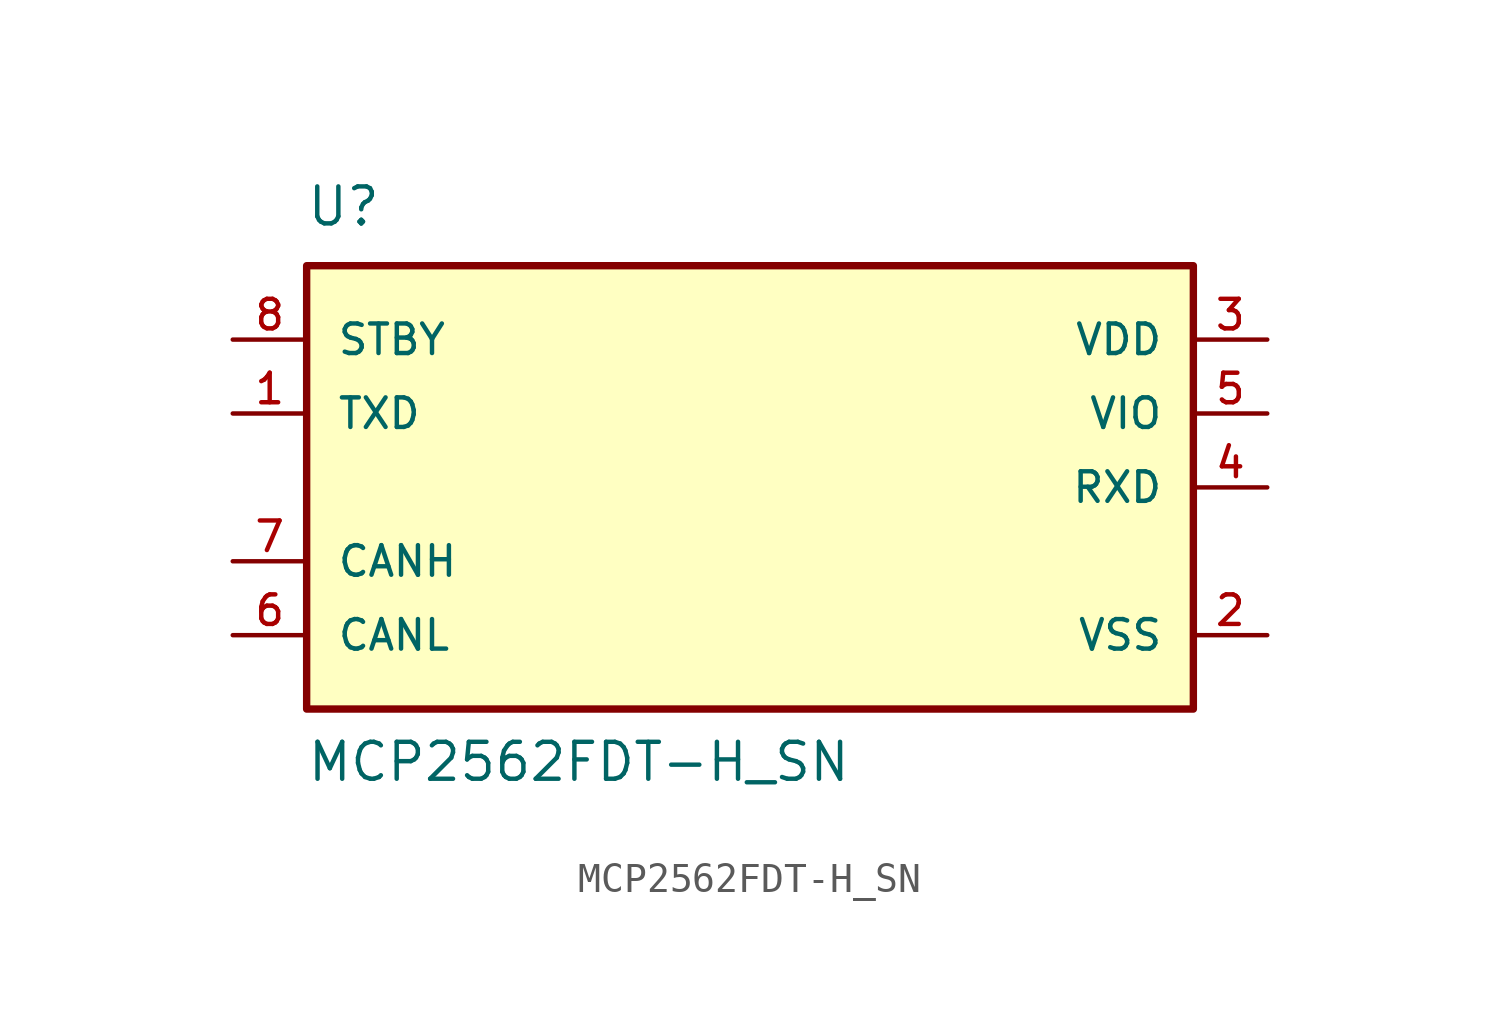
<source format=kicad_sym>
(kicad_symbol_lib
  (version 20211014)
  (generator kicad_symbol_editor)
  (symbol "MCP2562FDT-H_SN"
    (pin_names
      (offset 1.016))
    (property "Reference" "U"
      (at -15.278 8.912 0)
      (effects (font (size 1.27 1.27)) (justify bottom left)))
    (property "Value" "MCP2562FDT-H_SN"
      (at -15.268 -10.179 0)
      (effects (font (size 1.27 1.27)) (justify bottom left)))
    (symbol "MCP2562FDT-H_SN_0_0"
      (rectangle (start -15.24 -7.62) (end 15.24 7.62) (stroke (width 0.254)) (fill (type background)))
      (pin output line (at 17.78 0.0 180.0) (length 2.54) (name "RXD" (effects (font (size 1.016 1.016)))) (number "4" (effects (font (size 1.016 1.016)))))
      (pin input line (at -17.78 -5.08 0) (length 2.54) (name "CANL" (effects (font (size 1.016 1.016)))) (number "6" (effects (font (size 1.016 1.016)))))
      (pin input line (at -17.78 -2.54 0) (length 2.54) (name "CANH" (effects (font (size 1.016 1.016)))) (number "7" (effects (font (size 1.016 1.016)))))
      (pin power_in line (at 17.78 -5.08 180.0) (length 2.54) (name "VSS" (effects (font (size 1.016 1.016)))) (number "2" (effects (font (size 1.016 1.016)))))
      (pin input line (at -17.78 5.08 0) (length 2.54) (name "STBY" (effects (font (size 1.016 1.016)))) (number "8" (effects (font (size 1.016 1.016)))))
      (pin input line (at -17.78 2.54 0) (length 2.54) (name "TXD" (effects (font (size 1.016 1.016)))) (number "1" (effects (font (size 1.016 1.016)))))
      (pin power_in line (at 17.78 2.54 180.0) (length 2.54) (name "VIO" (effects (font (size 1.016 1.016)))) (number "5" (effects (font (size 1.016 1.016)))))
      (pin power_in line (at 17.78 5.08 180.0) (length 2.54) (name "VDD" (effects (font (size 1.016 1.016)))) (number "3" (effects (font (size 1.016 1.016))))))))
</source>
